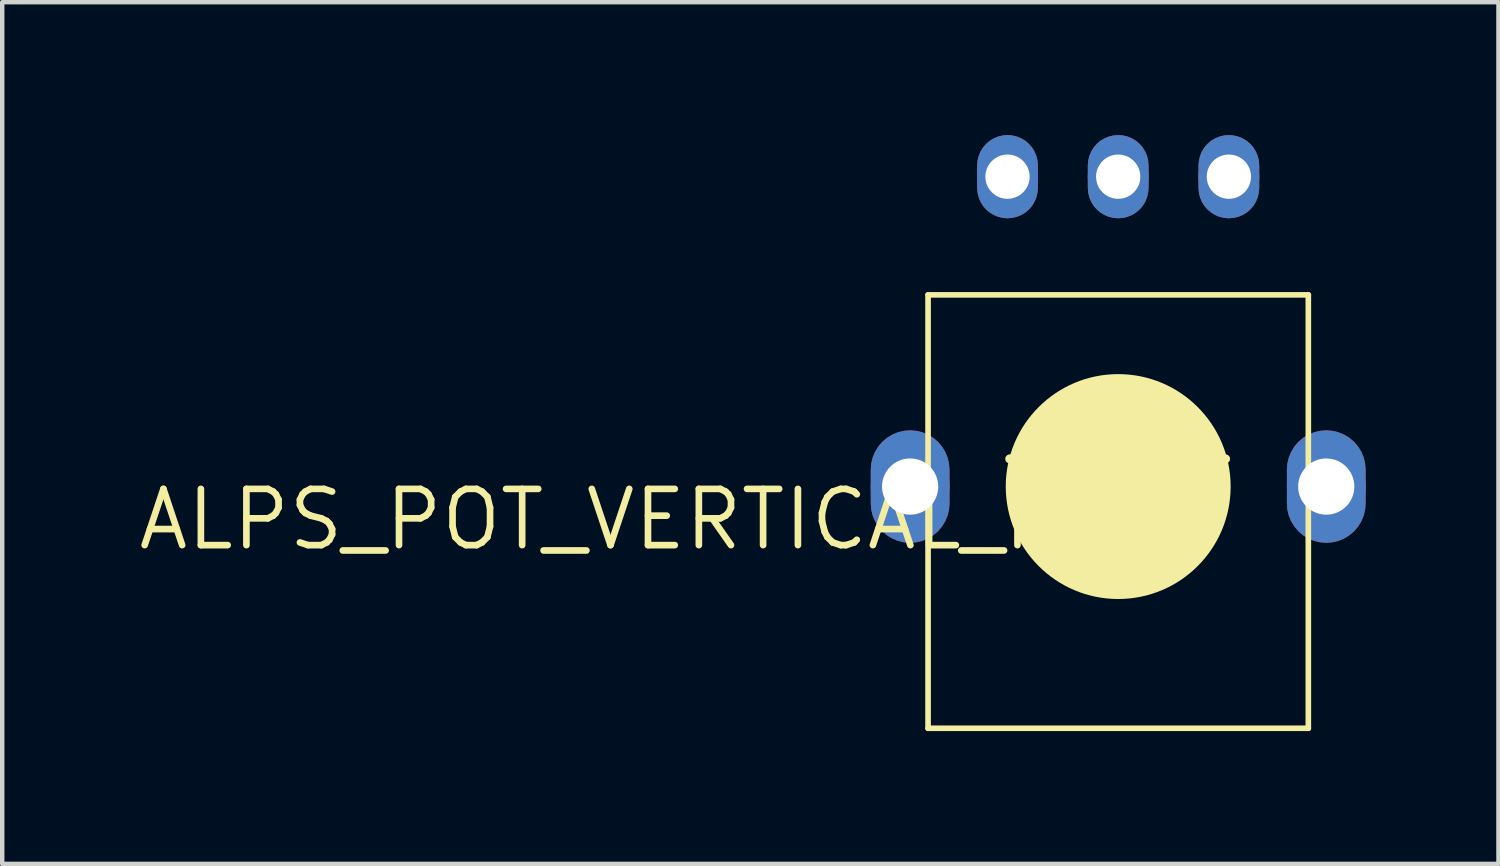
<source format=kicad_pcb>
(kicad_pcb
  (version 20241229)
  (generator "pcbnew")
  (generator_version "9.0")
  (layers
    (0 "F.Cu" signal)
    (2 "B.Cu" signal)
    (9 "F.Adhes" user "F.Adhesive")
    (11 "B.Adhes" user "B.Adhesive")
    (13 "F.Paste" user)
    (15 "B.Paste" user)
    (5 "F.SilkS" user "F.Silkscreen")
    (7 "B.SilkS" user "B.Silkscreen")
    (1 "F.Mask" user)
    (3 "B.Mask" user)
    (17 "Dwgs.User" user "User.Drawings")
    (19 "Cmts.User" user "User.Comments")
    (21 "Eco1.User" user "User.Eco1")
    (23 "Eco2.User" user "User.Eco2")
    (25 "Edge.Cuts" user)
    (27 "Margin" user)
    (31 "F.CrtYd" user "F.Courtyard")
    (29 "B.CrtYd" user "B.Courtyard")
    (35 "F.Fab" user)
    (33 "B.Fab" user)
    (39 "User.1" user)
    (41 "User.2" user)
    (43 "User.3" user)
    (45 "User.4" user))
  (footprint "ALPS_POT_VERTICAL_PS"
    (layer "F.Cu")
    (at 22.209 7.941)
    (property "Reference" "ALPS_POT_VERTICAL_PS" (at 0 0 0) (layer "F.SilkS") (effects (font (size 1.27 1.27) (thickness 0.15)) (justify right top)))
    (fp_poly (pts (xy -4.561 -1.259) (xy -4.426 -1.227) (xy -4.297 -1.173) (xy -4.177 -1.1) (xy -4.071 -1.01) (xy -3.981 -0.904) (xy -3.908 -0.784) (xy -3.854 -0.655) (xy -3.822 -0.52) (xy -3.811 -0.381) (xy -3.811 0.381) (xy -3.822 0.52) (xy -3.854 0.655) (xy -3.908 0.784) (xy -3.981 0.904) (xy -4.071 1.01) (xy -4.177 1.1) (xy -4.297 1.173) (xy -4.426 1.227) (xy -4.561 1.259) (xy -4.7 1.27) (xy -4.839 1.259) (xy -4.974 1.227) (xy -5.103 1.173) (xy -5.223 1.1) (xy -5.329 1.01) (xy -5.419 0.904) (xy -5.492 0.784) (xy -5.546 0.655) (xy -5.578 0.52) (xy -5.589 0.381) (xy -5.589 -0.381) (xy -5.578 -0.52) (xy -5.546 -0.655) (xy -5.492 -0.784) (xy -5.419 -0.904) (xy -5.329 -1.01) (xy -5.223 -1.1) (xy -5.103 -1.173) (xy -4.974 -1.227) (xy -4.839 -1.259) (xy -4.7 -1.27)) (stroke (width 0) (type default)) (fill yes) (layer "F.Cu"))
    (fp_poly (pts (xy -2.393 -7.931) (xy -2.288 -7.906) (xy -2.189 -7.865) (xy -2.096 -7.809) (xy -2.015 -7.739) (xy -1.945 -7.658) (xy -1.889 -7.565) (xy -1.848 -7.466) (xy -1.823 -7.361) (xy -1.814 -7.254) (xy -1.814 -6.746) (xy -1.823 -6.639) (xy -1.848 -6.534) (xy -1.889 -6.435) (xy -1.945 -6.342) (xy -2.015 -6.261) (xy -2.096 -6.191) (xy -2.189 -6.135) (xy -2.288 -6.094) (xy -2.393 -6.069) (xy -2.5 -6.06) (xy -2.607 -6.069) (xy -2.712 -6.094) (xy -2.811 -6.135) (xy -2.904 -6.191) (xy -2.985 -6.261) (xy -3.055 -6.342) (xy -3.111 -6.435) (xy -3.152 -6.534) (xy -3.177 -6.639) (xy -3.186 -6.746) (xy -3.186 -7.254) (xy -3.177 -7.361) (xy -3.152 -7.466) (xy -3.111 -7.565) (xy -3.055 -7.658) (xy -2.985 -7.739) (xy -2.904 -7.809) (xy -2.811 -7.865) (xy -2.712 -7.906) (xy -2.607 -7.931) (xy -2.5 -7.94)) (stroke (width 0) (type default)) (fill yes) (layer "F.Cu"))
    (fp_poly (pts (xy 0.107 -7.931) (xy 0.212 -7.906) (xy 0.311 -7.865) (xy 0.404 -7.809) (xy 0.485 -7.739) (xy 0.555 -7.658) (xy 0.611 -7.565) (xy 0.652 -7.466) (xy 0.677 -7.361) (xy 0.686 -7.254) (xy 0.686 -6.746) (xy 0.677 -6.639) (xy 0.652 -6.534) (xy 0.611 -6.435) (xy 0.555 -6.342) (xy 0.485 -6.261) (xy 0.404 -6.191) (xy 0.311 -6.135) (xy 0.212 -6.094) (xy 0.107 -6.069) (xy 0 -6.06) (xy -0.107 -6.069) (xy -0.212 -6.094) (xy -0.311 -6.135) (xy -0.404 -6.191) (xy -0.485 -6.261) (xy -0.555 -6.342) (xy -0.611 -6.435) (xy -0.652 -6.534) (xy -0.677 -6.639) (xy -0.686 -6.746) (xy -0.686 -7.254) (xy -0.677 -7.361) (xy -0.652 -7.466) (xy -0.611 -7.565) (xy -0.555 -7.658) (xy -0.485 -7.739) (xy -0.404 -7.809) (xy -0.311 -7.865) (xy -0.212 -7.906) (xy -0.107 -7.931) (xy 0 -7.94)) (stroke (width 0) (type default)) (fill yes) (layer "F.Cu"))
    (fp_poly (pts (xy 2.607 -7.931) (xy 2.712 -7.906) (xy 2.811 -7.865) (xy 2.904 -7.809) (xy 2.985 -7.739) (xy 3.055 -7.658) (xy 3.111 -7.565) (xy 3.152 -7.466) (xy 3.177 -7.361) (xy 3.186 -7.254) (xy 3.186 -6.746) (xy 3.177 -6.639) (xy 3.152 -6.534) (xy 3.111 -6.435) (xy 3.055 -6.342) (xy 2.985 -6.261) (xy 2.904 -6.191) (xy 2.811 -6.135) (xy 2.712 -6.094) (xy 2.607 -6.069) (xy 2.5 -6.06) (xy 2.393 -6.069) (xy 2.288 -6.094) (xy 2.189 -6.135) (xy 2.096 -6.191) (xy 2.015 -6.261) (xy 1.945 -6.342) (xy 1.889 -6.435) (xy 1.848 -6.534) (xy 1.823 -6.639) (xy 1.814 -6.746) (xy 1.814 -7.254) (xy 1.823 -7.361) (xy 1.848 -7.466) (xy 1.889 -7.565) (xy 1.945 -7.658) (xy 2.015 -7.739) (xy 2.096 -7.809) (xy 2.189 -7.865) (xy 2.288 -7.906) (xy 2.393 -7.931) (xy 2.5 -7.94)) (stroke (width 0) (type default)) (fill yes) (layer "F.Cu"))
    (fp_poly (pts (xy 4.839 -1.259) (xy 4.974 -1.227) (xy 5.103 -1.173) (xy 5.223 -1.1) (xy 5.329 -1.01) (xy 5.419 -0.904) (xy 5.492 -0.784) (xy 5.546 -0.655) (xy 5.578 -0.52) (xy 5.589 -0.381) (xy 5.589 0.381) (xy 5.578 0.52) (xy 5.546 0.655) (xy 5.492 0.784) (xy 5.419 0.904) (xy 5.329 1.01) (xy 5.223 1.1) (xy 5.103 1.173) (xy 4.974 1.227) (xy 4.839 1.259) (xy 4.7 1.27) (xy 4.561 1.259) (xy 4.426 1.227) (xy 4.297 1.173) (xy 4.177 1.1) (xy 4.071 1.01) (xy 3.981 0.904) (xy 3.908 0.784) (xy 3.854 0.655) (xy 3.822 0.52) (xy 3.811 0.381) (xy 3.811 -0.381) (xy 3.822 -0.52) (xy 3.854 -0.655) (xy 3.908 -0.784) (xy 3.981 -0.904) (xy 4.071 -1.01) (xy 4.177 -1.1) (xy 4.297 -1.173) (xy 4.426 -1.227) (xy 4.561 -1.259) (xy 4.7 -1.27)) (stroke (width 0) (type default)) (fill yes) (layer "F.Cu"))
    (fp_poly (pts (xy -4.561 -1.26) (xy -4.425 -1.227) (xy -4.296 -1.174) (xy -4.176 -1.101) (xy -4.07 -1.011) (xy -3.98 -0.905) (xy -3.907 -0.785) (xy -3.854 -0.656) (xy -3.821 -0.52) (xy -3.81 -0.381) (xy -3.81 0.381) (xy -3.821 0.52) (xy -3.854 0.656) (xy -3.907 0.785) (xy -3.98 0.905) (xy -4.07 1.011) (xy -4.176 1.101) (xy -4.296 1.174) (xy -4.425 1.227) (xy -4.561 1.26) (xy -4.7 1.271) (xy -4.839 1.26) (xy -4.975 1.227) (xy -5.104 1.174) (xy -5.224 1.101) (xy -5.33 1.011) (xy -5.42 0.905) (xy -5.493 0.785) (xy -5.546 0.656) (xy -5.579 0.52) (xy -5.59 0.381) (xy -5.59 -0.381) (xy -5.579 -0.52) (xy -5.546 -0.656) (xy -5.493 -0.785) (xy -5.42 -0.905) (xy -5.33 -1.011) (xy -5.224 -1.101) (xy -5.104 -1.174) (xy -4.975 -1.227) (xy -4.839 -1.26) (xy -4.7 -1.271)) (stroke (width 0) (type default)) (fill yes) (layer "F.Mask"))
    (fp_poly (pts (xy -2.393 -7.932) (xy -2.288 -7.907) (xy -2.189 -7.866) (xy -2.096 -7.81) (xy -2.014 -7.74) (xy -1.944 -7.658) (xy -1.888 -7.565) (xy -1.847 -7.466) (xy -1.822 -7.361) (xy -1.813 -7.254) (xy -1.813 -6.746) (xy -1.822 -6.639) (xy -1.847 -6.534) (xy -1.888 -6.435) (xy -1.944 -6.342) (xy -2.014 -6.26) (xy -2.096 -6.19) (xy -2.189 -6.134) (xy -2.288 -6.093) (xy -2.393 -6.068) (xy -2.5 -6.059) (xy -2.607 -6.068) (xy -2.712 -6.093) (xy -2.811 -6.134) (xy -2.904 -6.19) (xy -2.986 -6.26) (xy -3.056 -6.342) (xy -3.112 -6.435) (xy -3.153 -6.534) (xy -3.178 -6.639) (xy -3.187 -6.746) (xy -3.187 -7.254) (xy -3.178 -7.361) (xy -3.153 -7.466) (xy -3.112 -7.565) (xy -3.056 -7.658) (xy -2.986 -7.74) (xy -2.904 -7.81) (xy -2.811 -7.866) (xy -2.712 -7.907) (xy -2.607 -7.932) (xy -2.5 -7.941)) (stroke (width 0) (type default)) (fill yes) (layer "F.Mask"))
    (fp_poly (pts (xy 0.107 -7.932) (xy 0.212 -7.907) (xy 0.311 -7.866) (xy 0.404 -7.81) (xy 0.486 -7.74) (xy 0.556 -7.658) (xy 0.612 -7.565) (xy 0.653 -7.466) (xy 0.678 -7.361) (xy 0.687 -7.254) (xy 0.687 -6.746) (xy 0.678 -6.639) (xy 0.653 -6.534) (xy 0.612 -6.435) (xy 0.556 -6.342) (xy 0.486 -6.26) (xy 0.404 -6.19) (xy 0.311 -6.134) (xy 0.212 -6.093) (xy 0.107 -6.068) (xy 0 -6.059) (xy -0.107 -6.068) (xy -0.212 -6.093) (xy -0.311 -6.134) (xy -0.404 -6.19) (xy -0.486 -6.26) (xy -0.556 -6.342) (xy -0.612 -6.435) (xy -0.653 -6.534) (xy -0.678 -6.639) (xy -0.687 -6.746) (xy -0.687 -7.254) (xy -0.678 -7.361) (xy -0.653 -7.466) (xy -0.612 -7.565) (xy -0.556 -7.658) (xy -0.486 -7.74) (xy -0.404 -7.81) (xy -0.311 -7.866) (xy -0.212 -7.907) (xy -0.107 -7.932) (xy 0 -7.941)) (stroke (width 0) (type default)) (fill yes) (layer "F.Mask"))
    (fp_poly (pts (xy 2.607 -7.932) (xy 2.712 -7.907) (xy 2.811 -7.866) (xy 2.904 -7.81) (xy 2.986 -7.74) (xy 3.056 -7.658) (xy 3.112 -7.565) (xy 3.153 -7.466) (xy 3.178 -7.361) (xy 3.187 -7.254) (xy 3.187 -6.746) (xy 3.178 -6.639) (xy 3.153 -6.534) (xy 3.112 -6.435) (xy 3.056 -6.342) (xy 2.986 -6.26) (xy 2.904 -6.19) (xy 2.811 -6.134) (xy 2.712 -6.093) (xy 2.607 -6.068) (xy 2.5 -6.059) (xy 2.393 -6.068) (xy 2.288 -6.093) (xy 2.189 -6.134) (xy 2.096 -6.19) (xy 2.014 -6.26) (xy 1.944 -6.342) (xy 1.888 -6.435) (xy 1.847 -6.534) (xy 1.822 -6.639) (xy 1.813 -6.746) (xy 1.813 -7.254) (xy 1.822 -7.361) (xy 1.847 -7.466) (xy 1.888 -7.565) (xy 1.944 -7.658) (xy 2.014 -7.74) (xy 2.096 -7.81) (xy 2.189 -7.866) (xy 2.288 -7.907) (xy 2.393 -7.932) (xy 2.5 -7.941)) (stroke (width 0) (type default)) (fill yes) (layer "F.Mask"))
    (fp_poly (pts (xy 4.839 -1.26) (xy 4.975 -1.227) (xy 5.104 -1.174) (xy 5.224 -1.101) (xy 5.33 -1.011) (xy 5.42 -0.905) (xy 5.493 -0.785) (xy 5.546 -0.656) (xy 5.579 -0.52) (xy 5.59 -0.381) (xy 5.59 0.381) (xy 5.579 0.52) (xy 5.546 0.656) (xy 5.493 0.785) (xy 5.42 0.905) (xy 5.33 1.011) (xy 5.224 1.101) (xy 5.104 1.174) (xy 4.975 1.227) (xy 4.839 1.26) (xy 4.7 1.271) (xy 4.561 1.26) (xy 4.425 1.227) (xy 4.296 1.174) (xy 4.176 1.101) (xy 4.07 1.011) (xy 3.98 0.905) (xy 3.907 0.785) (xy 3.854 0.656) (xy 3.821 0.52) (xy 3.81 0.381) (xy 3.81 -0.381) (xy 3.821 -0.52) (xy 3.854 -0.656) (xy 3.907 -0.785) (xy 3.98 -0.905) (xy 4.07 -1.011) (xy 4.176 -1.101) (xy 4.296 -1.174) (xy 4.425 -1.227) (xy 4.561 -1.26) (xy 4.7 -1.271)) (stroke (width 0) (type default)) (fill yes) (layer "F.Mask"))
    (fp_poly (pts (xy -4.561 -1.259) (xy -4.426 -1.227) (xy -4.297 -1.173) (xy -4.177 -1.1) (xy -4.071 -1.01) (xy -3.981 -0.904) (xy -3.908 -0.784) (xy -3.854 -0.655) (xy -3.822 -0.52) (xy -3.811 -0.381) (xy -3.811 0.381) (xy -3.822 0.52) (xy -3.854 0.655) (xy -3.908 0.784) (xy -3.981 0.904) (xy -4.071 1.01) (xy -4.177 1.1) (xy -4.297 1.173) (xy -4.426 1.227) (xy -4.561 1.259) (xy -4.7 1.27) (xy -4.839 1.259) (xy -4.974 1.227) (xy -5.103 1.173) (xy -5.223 1.1) (xy -5.329 1.01) (xy -5.419 0.904) (xy -5.492 0.784) (xy -5.546 0.655) (xy -5.578 0.52) (xy -5.589 0.381) (xy -5.589 -0.381) (xy -5.578 -0.52) (xy -5.546 -0.655) (xy -5.492 -0.784) (xy -5.419 -0.904) (xy -5.329 -1.01) (xy -5.223 -1.1) (xy -5.103 -1.173) (xy -4.974 -1.227) (xy -4.839 -1.259) (xy -4.7 -1.27)) (stroke (width 0) (type default)) (fill yes) (layer "B.Cu"))
    (fp_poly (pts (xy -2.393 -7.931) (xy -2.288 -7.906) (xy -2.189 -7.865) (xy -2.096 -7.809) (xy -2.015 -7.739) (xy -1.945 -7.658) (xy -1.889 -7.565) (xy -1.848 -7.466) (xy -1.823 -7.361) (xy -1.814 -7.254) (xy -1.814 -6.746) (xy -1.823 -6.639) (xy -1.848 -6.534) (xy -1.889 -6.435) (xy -1.945 -6.342) (xy -2.015 -6.261) (xy -2.096 -6.191) (xy -2.189 -6.135) (xy -2.288 -6.094) (xy -2.393 -6.069) (xy -2.5 -6.06) (xy -2.607 -6.069) (xy -2.712 -6.094) (xy -2.811 -6.135) (xy -2.904 -6.191) (xy -2.985 -6.261) (xy -3.055 -6.342) (xy -3.111 -6.435) (xy -3.152 -6.534) (xy -3.177 -6.639) (xy -3.186 -6.746) (xy -3.186 -7.254) (xy -3.177 -7.361) (xy -3.152 -7.466) (xy -3.111 -7.565) (xy -3.055 -7.658) (xy -2.985 -7.739) (xy -2.904 -7.809) (xy -2.811 -7.865) (xy -2.712 -7.906) (xy -2.607 -7.931) (xy -2.5 -7.94)) (stroke (width 0) (type default)) (fill yes) (layer "B.Cu"))
    (fp_poly (pts (xy 0.107 -7.931) (xy 0.212 -7.906) (xy 0.311 -7.865) (xy 0.404 -7.809) (xy 0.485 -7.739) (xy 0.555 -7.658) (xy 0.611 -7.565) (xy 0.652 -7.466) (xy 0.677 -7.361) (xy 0.686 -7.254) (xy 0.686 -6.746) (xy 0.677 -6.639) (xy 0.652 -6.534) (xy 0.611 -6.435) (xy 0.555 -6.342) (xy 0.485 -6.261) (xy 0.404 -6.191) (xy 0.311 -6.135) (xy 0.212 -6.094) (xy 0.107 -6.069) (xy 0 -6.06) (xy -0.107 -6.069) (xy -0.212 -6.094) (xy -0.311 -6.135) (xy -0.404 -6.191) (xy -0.485 -6.261) (xy -0.555 -6.342) (xy -0.611 -6.435) (xy -0.652 -6.534) (xy -0.677 -6.639) (xy -0.686 -6.746) (xy -0.686 -7.254) (xy -0.677 -7.361) (xy -0.652 -7.466) (xy -0.611 -7.565) (xy -0.555 -7.658) (xy -0.485 -7.739) (xy -0.404 -7.809) (xy -0.311 -7.865) (xy -0.212 -7.906) (xy -0.107 -7.931) (xy 0 -7.94)) (stroke (width 0) (type default)) (fill yes) (layer "B.Cu"))
    (fp_poly (pts (xy 2.607 -7.931) (xy 2.712 -7.906) (xy 2.811 -7.865) (xy 2.904 -7.809) (xy 2.985 -7.739) (xy 3.055 -7.658) (xy 3.111 -7.565) (xy 3.152 -7.466) (xy 3.177 -7.361) (xy 3.186 -7.254) (xy 3.186 -6.746) (xy 3.177 -6.639) (xy 3.152 -6.534) (xy 3.111 -6.435) (xy 3.055 -6.342) (xy 2.985 -6.261) (xy 2.904 -6.191) (xy 2.811 -6.135) (xy 2.712 -6.094) (xy 2.607 -6.069) (xy 2.5 -6.06) (xy 2.393 -6.069) (xy 2.288 -6.094) (xy 2.189 -6.135) (xy 2.096 -6.191) (xy 2.015 -6.261) (xy 1.945 -6.342) (xy 1.889 -6.435) (xy 1.848 -6.534) (xy 1.823 -6.639) (xy 1.814 -6.746) (xy 1.814 -7.254) (xy 1.823 -7.361) (xy 1.848 -7.466) (xy 1.889 -7.565) (xy 1.945 -7.658) (xy 2.015 -7.739) (xy 2.096 -7.809) (xy 2.189 -7.865) (xy 2.288 -7.906) (xy 2.393 -7.931) (xy 2.5 -7.94)) (stroke (width 0) (type default)) (fill yes) (layer "B.Cu"))
    (fp_poly (pts (xy 4.839 -1.259) (xy 4.974 -1.227) (xy 5.103 -1.173) (xy 5.223 -1.1) (xy 5.329 -1.01) (xy 5.419 -0.904) (xy 5.492 -0.784) (xy 5.546 -0.655) (xy 5.578 -0.52) (xy 5.589 -0.381) (xy 5.589 0.381) (xy 5.578 0.52) (xy 5.546 0.655) (xy 5.492 0.784) (xy 5.419 0.904) (xy 5.329 1.01) (xy 5.223 1.1) (xy 5.103 1.173) (xy 4.974 1.227) (xy 4.839 1.259) (xy 4.7 1.27) (xy 4.561 1.259) (xy 4.426 1.227) (xy 4.297 1.173) (xy 4.177 1.1) (xy 4.071 1.01) (xy 3.981 0.904) (xy 3.908 0.784) (xy 3.854 0.655) (xy 3.822 0.52) (xy 3.811 0.381) (xy 3.811 -0.381) (xy 3.822 -0.52) (xy 3.854 -0.655) (xy 3.908 -0.784) (xy 3.981 -0.904) (xy 4.071 -1.01) (xy 4.177 -1.1) (xy 4.297 -1.173) (xy 4.426 -1.227) (xy 4.561 -1.259) (xy 4.7 -1.27)) (stroke (width 0) (type default)) (fill yes) (layer "B.Cu"))
    (fp_poly (pts (xy -4.561 -1.26) (xy -4.425 -1.227) (xy -4.296 -1.174) (xy -4.176 -1.101) (xy -4.07 -1.011) (xy -3.98 -0.905) (xy -3.907 -0.785) (xy -3.854 -0.656) (xy -3.821 -0.52) (xy -3.81 -0.381) (xy -3.81 0.381) (xy -3.821 0.52) (xy -3.854 0.656) (xy -3.907 0.785) (xy -3.98 0.905) (xy -4.07 1.011) (xy -4.176 1.101) (xy -4.296 1.174) (xy -4.425 1.227) (xy -4.561 1.26) (xy -4.7 1.271) (xy -4.839 1.26) (xy -4.975 1.227) (xy -5.104 1.174) (xy -5.224 1.101) (xy -5.33 1.011) (xy -5.42 0.905) (xy -5.493 0.785) (xy -5.546 0.656) (xy -5.579 0.52) (xy -5.59 0.381) (xy -5.59 -0.381) (xy -5.579 -0.52) (xy -5.546 -0.656) (xy -5.493 -0.785) (xy -5.42 -0.905) (xy -5.33 -1.011) (xy -5.224 -1.101) (xy -5.104 -1.174) (xy -4.975 -1.227) (xy -4.839 -1.26) (xy -4.7 -1.271)) (stroke (width 0) (type default)) (fill yes) (layer "B.Mask"))
    (fp_poly (pts (xy -2.393 -7.932) (xy -2.288 -7.907) (xy -2.189 -7.866) (xy -2.096 -7.81) (xy -2.014 -7.74) (xy -1.944 -7.658) (xy -1.888 -7.565) (xy -1.847 -7.466) (xy -1.822 -7.361) (xy -1.813 -7.254) (xy -1.813 -6.746) (xy -1.822 -6.639) (xy -1.847 -6.534) (xy -1.888 -6.435) (xy -1.944 -6.342) (xy -2.014 -6.26) (xy -2.096 -6.19) (xy -2.189 -6.134) (xy -2.288 -6.093) (xy -2.393 -6.068) (xy -2.5 -6.059) (xy -2.607 -6.068) (xy -2.712 -6.093) (xy -2.811 -6.134) (xy -2.904 -6.19) (xy -2.986 -6.26) (xy -3.056 -6.342) (xy -3.112 -6.435) (xy -3.153 -6.534) (xy -3.178 -6.639) (xy -3.187 -6.746) (xy -3.187 -7.254) (xy -3.178 -7.361) (xy -3.153 -7.466) (xy -3.112 -7.565) (xy -3.056 -7.658) (xy -2.986 -7.74) (xy -2.904 -7.81) (xy -2.811 -7.866) (xy -2.712 -7.907) (xy -2.607 -7.932) (xy -2.5 -7.941)) (stroke (width 0) (type default)) (fill yes) (layer "B.Mask"))
    (fp_poly (pts (xy 0.107 -7.932) (xy 0.212 -7.907) (xy 0.311 -7.866) (xy 0.404 -7.81) (xy 0.486 -7.74) (xy 0.556 -7.658) (xy 0.612 -7.565) (xy 0.653 -7.466) (xy 0.678 -7.361) (xy 0.687 -7.254) (xy 0.687 -6.746) (xy 0.678 -6.639) (xy 0.653 -6.534) (xy 0.612 -6.435) (xy 0.556 -6.342) (xy 0.486 -6.26) (xy 0.404 -6.19) (xy 0.311 -6.134) (xy 0.212 -6.093) (xy 0.107 -6.068) (xy 0 -6.059) (xy -0.107 -6.068) (xy -0.212 -6.093) (xy -0.311 -6.134) (xy -0.404 -6.19) (xy -0.486 -6.26) (xy -0.556 -6.342) (xy -0.612 -6.435) (xy -0.653 -6.534) (xy -0.678 -6.639) (xy -0.687 -6.746) (xy -0.687 -7.254) (xy -0.678 -7.361) (xy -0.653 -7.466) (xy -0.612 -7.565) (xy -0.556 -7.658) (xy -0.486 -7.74) (xy -0.404 -7.81) (xy -0.311 -7.866) (xy -0.212 -7.907) (xy -0.107 -7.932) (xy 0 -7.941)) (stroke (width 0) (type default)) (fill yes) (layer "B.Mask"))
    (fp_poly (pts (xy 2.607 -7.932) (xy 2.712 -7.907) (xy 2.811 -7.866) (xy 2.904 -7.81) (xy 2.986 -7.74) (xy 3.056 -7.658) (xy 3.112 -7.565) (xy 3.153 -7.466) (xy 3.178 -7.361) (xy 3.187 -7.254) (xy 3.187 -6.746) (xy 3.178 -6.639) (xy 3.153 -6.534) (xy 3.112 -6.435) (xy 3.056 -6.342) (xy 2.986 -6.26) (xy 2.904 -6.19) (xy 2.811 -6.134) (xy 2.712 -6.093) (xy 2.607 -6.068) (xy 2.5 -6.059) (xy 2.393 -6.068) (xy 2.288 -6.093) (xy 2.189 -6.134) (xy 2.096 -6.19) (xy 2.014 -6.26) (xy 1.944 -6.342) (xy 1.888 -6.435) (xy 1.847 -6.534) (xy 1.822 -6.639) (xy 1.813 -6.746) (xy 1.813 -7.254) (xy 1.822 -7.361) (xy 1.847 -7.466) (xy 1.888 -7.565) (xy 1.944 -7.658) (xy 2.014 -7.74) (xy 2.096 -7.81) (xy 2.189 -7.866) (xy 2.288 -7.907) (xy 2.393 -7.932) (xy 2.5 -7.941)) (stroke (width 0) (type default)) (fill yes) (layer "B.Mask"))
    (fp_poly (pts (xy 4.839 -1.26) (xy 4.975 -1.227) (xy 5.104 -1.174) (xy 5.224 -1.101) (xy 5.33 -1.011) (xy 5.42 -0.905) (xy 5.493 -0.785) (xy 5.546 -0.656) (xy 5.579 -0.52) (xy 5.59 -0.381) (xy 5.59 0.381) (xy 5.579 0.52) (xy 5.546 0.656) (xy 5.493 0.785) (xy 5.42 0.905) (xy 5.33 1.011) (xy 5.224 1.101) (xy 5.104 1.174) (xy 4.975 1.227) (xy 4.839 1.26) (xy 4.7 1.271) (xy 4.561 1.26) (xy 4.425 1.227) (xy 4.296 1.174) (xy 4.176 1.101) (xy 4.07 1.011) (xy 3.98 0.905) (xy 3.907 0.785) (xy 3.854 0.656) (xy 3.821 0.52) (xy 3.81 0.381) (xy 3.81 -0.381) (xy 3.821 -0.52) (xy 3.854 -0.656) (xy 3.907 -0.785) (xy 3.98 -0.905) (xy 4.07 -1.011) (xy 4.176 -1.101) (xy 4.296 -1.174) (xy 4.425 -1.227) (xy 4.561 -1.26) (xy 4.7 -1.271)) (stroke (width 0) (type default)) (fill yes) (layer "B.Mask"))
    (fp_line (start -4.295 -4.33) (end 4.295 -4.33) (stroke (width 0.127) (type solid)) (layer "F.SilkS"))
    (fp_line (start -4.295 5.46) (end -4.295 -4.33) (stroke (width 0.127) (type solid)) (layer "F.SilkS"))
    (fp_line (start -2.45 -0.625) (end 2.425 -0.625) (stroke (width 0.203) (type solid)) (layer "F.SilkS"))
    (fp_line (start -1.1 -0.625) (end 1.1 -0.625) (stroke (width 0.203) (type solid)) (layer "F.SilkS"))
    (fp_line (start 4.295 -4.33) (end 4.295 5.46) (stroke (width 0.127) (type solid)) (layer "F.SilkS"))
    (fp_line (start 4.295 5.46) (end -4.295 5.46) (stroke (width 0.127) (type solid)) (layer "F.SilkS"))
    (fp_arc (start 1.100001 -0.624999) (mid -0.000001 1.264524) (end -1.1 -0.625) (stroke (width 0.203) (type solid)) (layer "F.SilkS"))
    (fp_circle (center 0 0) (end 1.27 0) (stroke (width 2.54) (type solid)) (fill yes) (layer "F.SilkS"))
    (pad "P$1" thru_hole circle (at -2.5 -7 180) (size 1.372 1.372) (drill 1) (layers "*.Cu"))
    (pad "P$2" thru_hole circle (at 0 -7 180) (size 1.372 1.372) (drill 1) (layers "*.Cu"))
    (pad "P$3" thru_hole circle (at 2.5 -7 180) (size 1.372 1.372) (drill 1) (layers "*.Cu"))
    (pad "P$4" thru_hole circle (at -4.7 0 180) (size 1.778 1.778) (drill 1.27) (layers "*.Cu"))
    (pad "P$5" thru_hole circle (at 4.7 0 180) (size 1.778 1.778) (drill 1.27) (layers "*.Cu")))
  (gr_rect
    (start -3 -3)
    (end 30.799 16.465)
    (stroke (width 0.1) (type default))
    (fill no)
    (layer "Edge.Cuts")))
</source>
